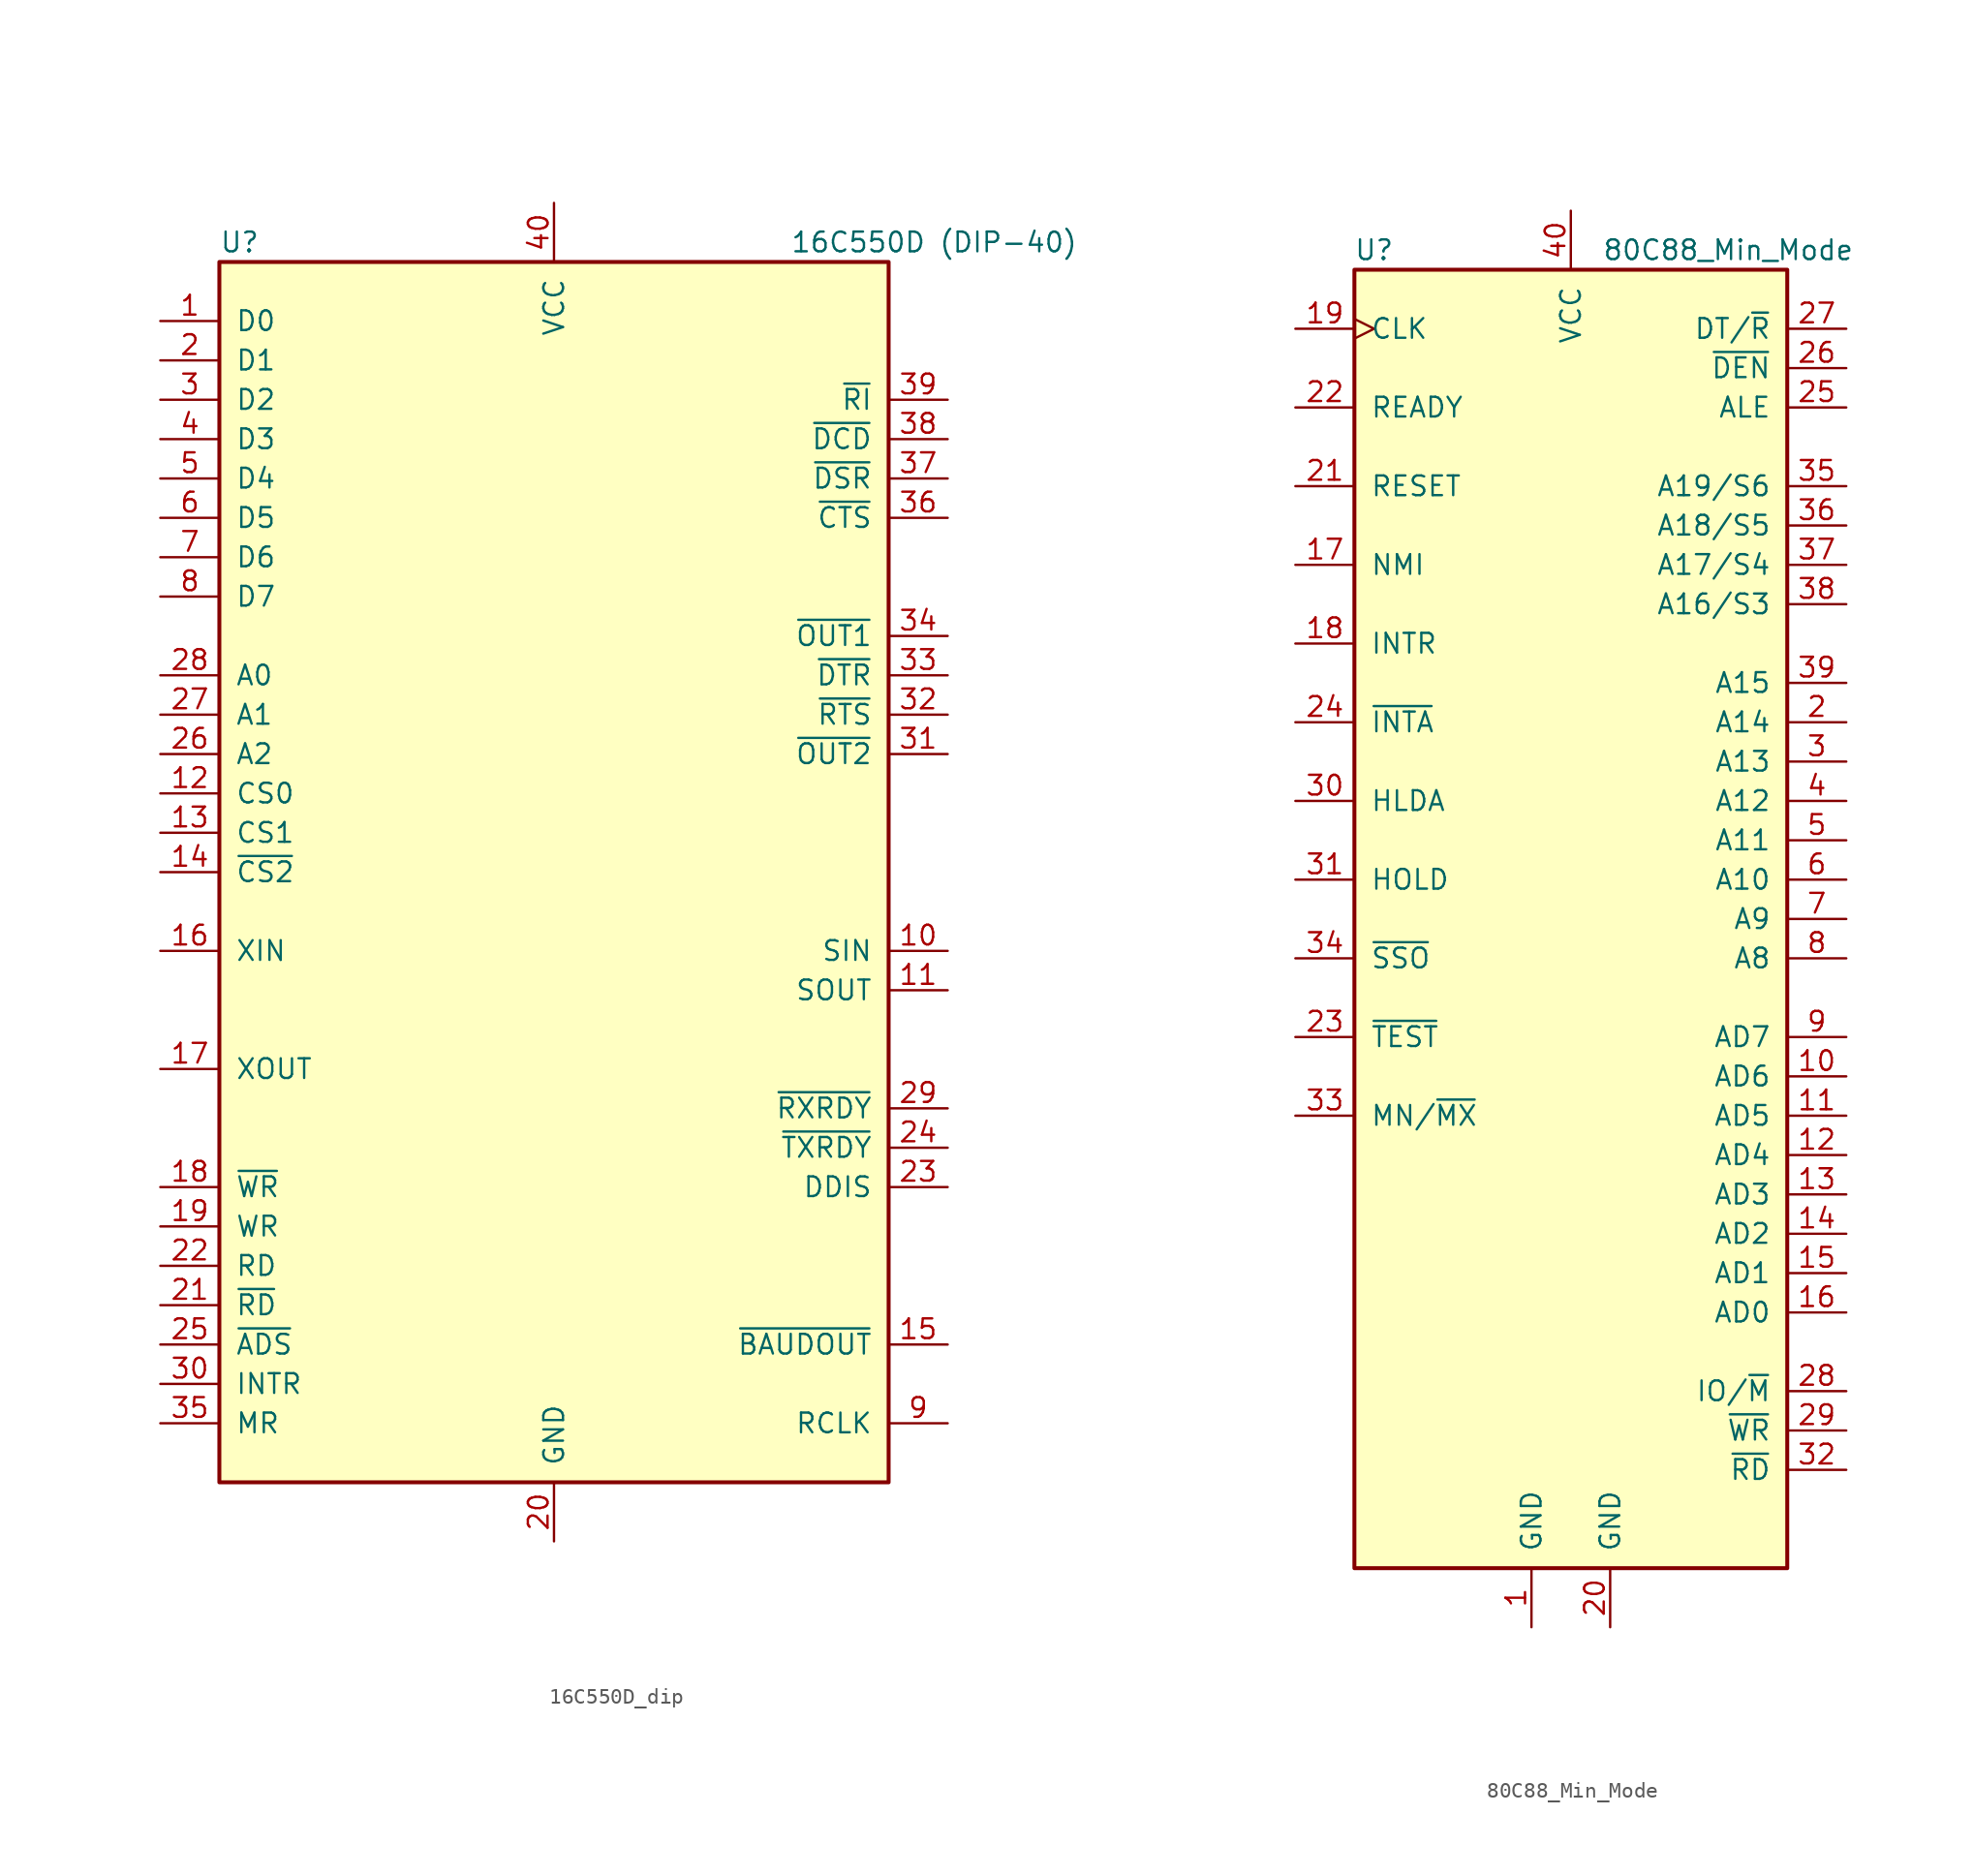
<source format=kicad_sym>
(kicad_symbol_lib
  (version 20231120)
  (generator "kicad_symbol_editor")
  (generator_version "8.0")
  (symbol "16C550D_dip"
    (pin_names
      (offset 1.016))
    (property "Reference" "U"
      (at -21.59 40.64 0)
      (effects (font (size 1.27 1.27)) (justify left)))
    (property "Value" "16C550D (DIP-40)"
      (at 15.24 40.64 0)
      (effects (font (size 1.27 1.27)) (justify left)))
    (symbol "16C550D_dip_0_1"
      (rectangle (start -21.59 -39.37) (end 21.59 39.37) (stroke (width 0.254) (type default)) (fill (type background))))
    (symbol "16C550D_dip_1_1"
      (pin bidirectional line (at -25.4 35.56 0) (length 3.81) (name "D0" (effects (font (size 1.27 1.27)))) (number "1" (effects (font (size 1.27 1.27)))))
      (pin input line (at 25.4 -5.08 180) (length 3.81) (name "SIN" (effects (font (size 1.27 1.27)))) (number "10" (effects (font (size 1.27 1.27)))))
      (pin output line (at 25.4 -7.62 180) (length 3.81) (name "SOUT" (effects (font (size 1.27 1.27)))) (number "11" (effects (font (size 1.27 1.27)))))
      (pin input line (at -25.4 5.08 0) (length 3.81) (name "CS0" (effects (font (size 1.27 1.27)))) (number "12" (effects (font (size 1.27 1.27)))))
      (pin input line (at -25.4 2.54 0) (length 3.81) (name "CS1" (effects (font (size 1.27 1.27)))) (number "13" (effects (font (size 1.27 1.27)))))
      (pin input line (at -25.4 0 0) (length 3.81) (name "~{CS2}" (effects (font (size 1.27 1.27)))) (number "14" (effects (font (size 1.27 1.27)))))
      (pin output line (at 25.4 -30.48 180) (length 3.81) (name "~{BAUDOUT}" (effects (font (size 1.27 1.27)))) (number "15" (effects (font (size 1.27 1.27)))))
      (pin input line (at -25.4 -5.08 0) (length 3.81) (name "XIN" (effects (font (size 1.27 1.27)))) (number "16" (effects (font (size 1.27 1.27)))))
      (pin output line (at -25.4 -12.7 0) (length 3.81) (name "XOUT" (effects (font (size 1.27 1.27)))) (number "17" (effects (font (size 1.27 1.27)))))
      (pin input line (at -25.4 -20.32 0) (length 3.81) (name "~{WR}" (effects (font (size 1.27 1.27)))) (number "18" (effects (font (size 1.27 1.27)))))
      (pin input line (at -25.4 -22.86 0) (length 3.81) (name "WR" (effects (font (size 1.27 1.27)))) (number "19" (effects (font (size 1.27 1.27)))))
      (pin bidirectional line (at -25.4 33.02 0) (length 3.81) (name "D1" (effects (font (size 1.27 1.27)))) (number "2" (effects (font (size 1.27 1.27)))))
      (pin power_in line (at 0 -43.18 90) (length 3.81) (name "GND" (effects (font (size 1.27 1.27)))) (number "20" (effects (font (size 1.27 1.27)))))
      (pin input line (at -25.4 -27.94 0) (length 3.81) (name "~{RD}" (effects (font (size 1.27 1.27)))) (number "21" (effects (font (size 1.27 1.27)))))
      (pin input line (at -25.4 -25.4 0) (length 3.81) (name "RD" (effects (font (size 1.27 1.27)))) (number "22" (effects (font (size 1.27 1.27)))))
      (pin output line (at 25.4 -20.32 180) (length 3.81) (name "DDIS" (effects (font (size 1.27 1.27)))) (number "23" (effects (font (size 1.27 1.27)))))
      (pin output line (at 25.4 -17.78 180) (length 3.81) (name "~{TXRDY}" (effects (font (size 1.27 1.27)))) (number "24" (effects (font (size 1.27 1.27)))))
      (pin input line (at -25.4 -30.48 0) (length 3.81) (name "~{ADS}" (effects (font (size 1.27 1.27)))) (number "25" (effects (font (size 1.27 1.27)))))
      (pin input line (at -25.4 7.62 0) (length 3.81) (name "A2" (effects (font (size 1.27 1.27)))) (number "26" (effects (font (size 1.27 1.27)))))
      (pin input line (at -25.4 10.16 0) (length 3.81) (name "A1" (effects (font (size 1.27 1.27)))) (number "27" (effects (font (size 1.27 1.27)))))
      (pin input line (at -25.4 12.7 0) (length 3.81) (name "A0" (effects (font (size 1.27 1.27)))) (number "28" (effects (font (size 1.27 1.27)))))
      (pin output line (at 25.4 -15.24 180) (length 3.81) (name "~{RXRDY}" (effects (font (size 1.27 1.27)))) (number "29" (effects (font (size 1.27 1.27)))))
      (pin bidirectional line (at -25.4 30.48 0) (length 3.81) (name "D2" (effects (font (size 1.27 1.27)))) (number "3" (effects (font (size 1.27 1.27)))))
      (pin output line (at -25.4 -33.02 0) (length 3.81) (name "INTR" (effects (font (size 1.27 1.27)))) (number "30" (effects (font (size 1.27 1.27)))))
      (pin output line (at 25.4 7.62 180) (length 3.81) (name "~{OUT2}" (effects (font (size 1.27 1.27)))) (number "31" (effects (font (size 1.27 1.27)))))
      (pin output line (at 25.4 10.16 180) (length 3.81) (name "~{RTS}" (effects (font (size 1.27 1.27)))) (number "32" (effects (font (size 1.27 1.27)))))
      (pin output line (at 25.4 12.7 180) (length 3.81) (name "~{DTR}" (effects (font (size 1.27 1.27)))) (number "33" (effects (font (size 1.27 1.27)))))
      (pin output line (at 25.4 15.24 180) (length 3.81) (name "~{OUT1}" (effects (font (size 1.27 1.27)))) (number "34" (effects (font (size 1.27 1.27)))))
      (pin input line (at -25.4 -35.56 0) (length 3.81) (name "MR" (effects (font (size 1.27 1.27)))) (number "35" (effects (font (size 1.27 1.27)))))
      (pin input line (at 25.4 22.86 180) (length 3.81) (name "~{CTS}" (effects (font (size 1.27 1.27)))) (number "36" (effects (font (size 1.27 1.27)))))
      (pin input line (at 25.4 25.4 180) (length 3.81) (name "~{DSR}" (effects (font (size 1.27 1.27)))) (number "37" (effects (font (size 1.27 1.27)))))
      (pin input line (at 25.4 27.94 180) (length 3.81) (name "~{DCD}" (effects (font (size 1.27 1.27)))) (number "38" (effects (font (size 1.27 1.27)))))
      (pin input line (at 25.4 30.48 180) (length 3.81) (name "~{RI}" (effects (font (size 1.27 1.27)))) (number "39" (effects (font (size 1.27 1.27)))))
      (pin bidirectional line (at -25.4 27.94 0) (length 3.81) (name "D3" (effects (font (size 1.27 1.27)))) (number "4" (effects (font (size 1.27 1.27)))))
      (pin power_in line (at 0 43.18 270) (length 3.81) (name "VCC" (effects (font (size 1.27 1.27)))) (number "40" (effects (font (size 1.27 1.27)))))
      (pin bidirectional line (at -25.4 25.4 0) (length 3.81) (name "D4" (effects (font (size 1.27 1.27)))) (number "5" (effects (font (size 1.27 1.27)))))
      (pin bidirectional line (at -25.4 22.86 0) (length 3.81) (name "D5" (effects (font (size 1.27 1.27)))) (number "6" (effects (font (size 1.27 1.27)))))
      (pin bidirectional line (at -25.4 20.32 0) (length 3.81) (name "D6" (effects (font (size 1.27 1.27)))) (number "7" (effects (font (size 1.27 1.27)))))
      (pin bidirectional line (at -25.4 17.78 0) (length 3.81) (name "D7" (effects (font (size 1.27 1.27)))) (number "8" (effects (font (size 1.27 1.27)))))
      (pin input line (at 25.4 -35.56 180) (length 3.81) (name "RCLK" (effects (font (size 1.27 1.27)))) (number "9" (effects (font (size 1.27 1.27)))))))
  (symbol "80C88_Min_Mode"
    (pin_names
      (offset 1.016))
    (property "Reference" "U"
      (at -12.7 43.18 0)
      (effects (font (size 1.27 1.27))))
    (property "Value" "80C88_Min_Mode"
      (at 10.16 43.18 0)
      (effects (font (size 1.27 1.27))))
    (symbol "80C88_Min_Mode_0_1"
      (rectangle (start -13.97 41.91) (end 13.97 -41.91) (stroke (width 0.254) (type default)) (fill (type background))))
    (symbol "80C88_Min_Mode_1_1"
      (pin power_in line (at -2.54 -45.72 90) (length 3.81) (name "GND" (effects (font (size 1.27 1.27)))) (number "1" (effects (font (size 1.27 1.27)))))
      (pin bidirectional line (at 17.78 -10.16 180) (length 3.81) (name "AD6" (effects (font (size 1.27 1.27)))) (number "10" (effects (font (size 1.27 1.27)))))
      (pin bidirectional line (at 17.78 -12.7 180) (length 3.81) (name "AD5" (effects (font (size 1.27 1.27)))) (number "11" (effects (font (size 1.27 1.27)))))
      (pin bidirectional line (at 17.78 -15.24 180) (length 3.81) (name "AD4" (effects (font (size 1.27 1.27)))) (number "12" (effects (font (size 1.27 1.27)))))
      (pin bidirectional line (at 17.78 -17.78 180) (length 3.81) (name "AD3" (effects (font (size 1.27 1.27)))) (number "13" (effects (font (size 1.27 1.27)))))
      (pin bidirectional line (at 17.78 -20.32 180) (length 3.81) (name "AD2" (effects (font (size 1.27 1.27)))) (number "14" (effects (font (size 1.27 1.27)))))
      (pin bidirectional line (at 17.78 -22.86 180) (length 3.81) (name "AD1" (effects (font (size 1.27 1.27)))) (number "15" (effects (font (size 1.27 1.27)))))
      (pin bidirectional line (at 17.78 -25.4 180) (length 3.81) (name "AD0" (effects (font (size 1.27 1.27)))) (number "16" (effects (font (size 1.27 1.27)))))
      (pin input line (at -17.78 22.86 0) (length 3.81) (name "NMI" (effects (font (size 1.27 1.27)))) (number "17" (effects (font (size 1.27 1.27)))))
      (pin input line (at -17.78 17.78 0) (length 3.81) (name "INTR" (effects (font (size 1.27 1.27)))) (number "18" (effects (font (size 1.27 1.27)))))
      (pin input clock (at -17.78 38.1 0) (length 3.81) (name "CLK" (effects (font (size 1.27 1.27)))) (number "19" (effects (font (size 1.27 1.27)))))
      (pin output line (at 17.78 12.7 180) (length 3.81) (name "A14" (effects (font (size 1.27 1.27)))) (number "2" (effects (font (size 1.27 1.27)))))
      (pin power_in line (at 2.54 -45.72 90) (length 3.81) (name "GND" (effects (font (size 1.27 1.27)))) (number "20" (effects (font (size 1.27 1.27)))))
      (pin input line (at -17.78 27.94 0) (length 3.81) (name "RESET" (effects (font (size 1.27 1.27)))) (number "21" (effects (font (size 1.27 1.27)))))
      (pin input line (at -17.78 33.02 0) (length 3.81) (name "READY" (effects (font (size 1.27 1.27)))) (number "22" (effects (font (size 1.27 1.27)))))
      (pin input line (at -17.78 -7.62 0) (length 3.81) (name "~{TEST}" (effects (font (size 1.27 1.27)))) (number "23" (effects (font (size 1.27 1.27)))))
      (pin output line (at -17.78 12.7 0) (length 3.81) (name "~{INTA}" (effects (font (size 1.27 1.27)))) (number "24" (effects (font (size 1.27 1.27)))))
      (pin output line (at 17.78 33.02 180) (length 3.81) (name "ALE" (effects (font (size 1.27 1.27)))) (number "25" (effects (font (size 1.27 1.27)))))
      (pin output line (at 17.78 35.56 180) (length 3.81) (name "~{DEN}" (effects (font (size 1.27 1.27)))) (number "26" (effects (font (size 1.27 1.27)))))
      (pin output line (at 17.78 38.1 180) (length 3.81) (name "DT/~{R}" (effects (font (size 1.27 1.27)))) (number "27" (effects (font (size 1.27 1.27)))))
      (pin output line (at 17.78 -30.48 180) (length 3.81) (name "IO/~{M}" (effects (font (size 1.27 1.27)))) (number "28" (effects (font (size 1.27 1.27)))))
      (pin output line (at 17.78 -33.02 180) (length 3.81) (name "~{WR}" (effects (font (size 1.27 1.27)))) (number "29" (effects (font (size 1.27 1.27)))))
      (pin output line (at 17.78 10.16 180) (length 3.81) (name "A13" (effects (font (size 1.27 1.27)))) (number "3" (effects (font (size 1.27 1.27)))))
      (pin output line (at -17.78 7.62 0) (length 3.81) (name "HLDA" (effects (font (size 1.27 1.27)))) (number "30" (effects (font (size 1.27 1.27)))))
      (pin input line (at -17.78 2.54 0) (length 3.81) (name "HOLD" (effects (font (size 1.27 1.27)))) (number "31" (effects (font (size 1.27 1.27)))))
      (pin output line (at 17.78 -35.56 180) (length 3.81) (name "~{RD}" (effects (font (size 1.27 1.27)))) (number "32" (effects (font (size 1.27 1.27)))))
      (pin input line (at -17.78 -12.7 0) (length 3.81) (name "MN/~{MX}" (effects (font (size 1.27 1.27)))) (number "33" (effects (font (size 1.27 1.27)))))
      (pin output line (at -17.78 -2.54 0) (length 3.81) (name "~{SSO}" (effects (font (size 1.27 1.27)))) (number "34" (effects (font (size 1.27 1.27)))))
      (pin output line (at 17.78 27.94 180) (length 3.81) (name "A19/S6" (effects (font (size 1.27 1.27)))) (number "35" (effects (font (size 1.27 1.27)))))
      (pin output line (at 17.78 25.4 180) (length 3.81) (name "A18/S5" (effects (font (size 1.27 1.27)))) (number "36" (effects (font (size 1.27 1.27)))))
      (pin output line (at 17.78 22.86 180) (length 3.81) (name "A17/S4" (effects (font (size 1.27 1.27)))) (number "37" (effects (font (size 1.27 1.27)))))
      (pin output line (at 17.78 20.32 180) (length 3.81) (name "A16/S3" (effects (font (size 1.27 1.27)))) (number "38" (effects (font (size 1.27 1.27)))))
      (pin output line (at 17.78 15.24 180) (length 3.81) (name "A15" (effects (font (size 1.27 1.27)))) (number "39" (effects (font (size 1.27 1.27)))))
      (pin output line (at 17.78 7.62 180) (length 3.81) (name "A12" (effects (font (size 1.27 1.27)))) (number "4" (effects (font (size 1.27 1.27)))))
      (pin power_in line (at 0 45.72 270) (length 3.81) (name "VCC" (effects (font (size 1.27 1.27)))) (number "40" (effects (font (size 1.27 1.27)))))
      (pin output line (at 17.78 5.08 180) (length 3.81) (name "A11" (effects (font (size 1.27 1.27)))) (number "5" (effects (font (size 1.27 1.27)))))
      (pin output line (at 17.78 2.54 180) (length 3.81) (name "A10" (effects (font (size 1.27 1.27)))) (number "6" (effects (font (size 1.27 1.27)))))
      (pin output line (at 17.78 0 180) (length 3.81) (name "A9" (effects (font (size 1.27 1.27)))) (number "7" (effects (font (size 1.27 1.27)))))
      (pin output line (at 17.78 -2.54 180) (length 3.81) (name "A8" (effects (font (size 1.27 1.27)))) (number "8" (effects (font (size 1.27 1.27)))))
      (pin bidirectional line (at 17.78 -7.62 180) (length 3.81) (name "AD7" (effects (font (size 1.27 1.27)))) (number "9" (effects (font (size 1.27 1.27))))))))
</source>
